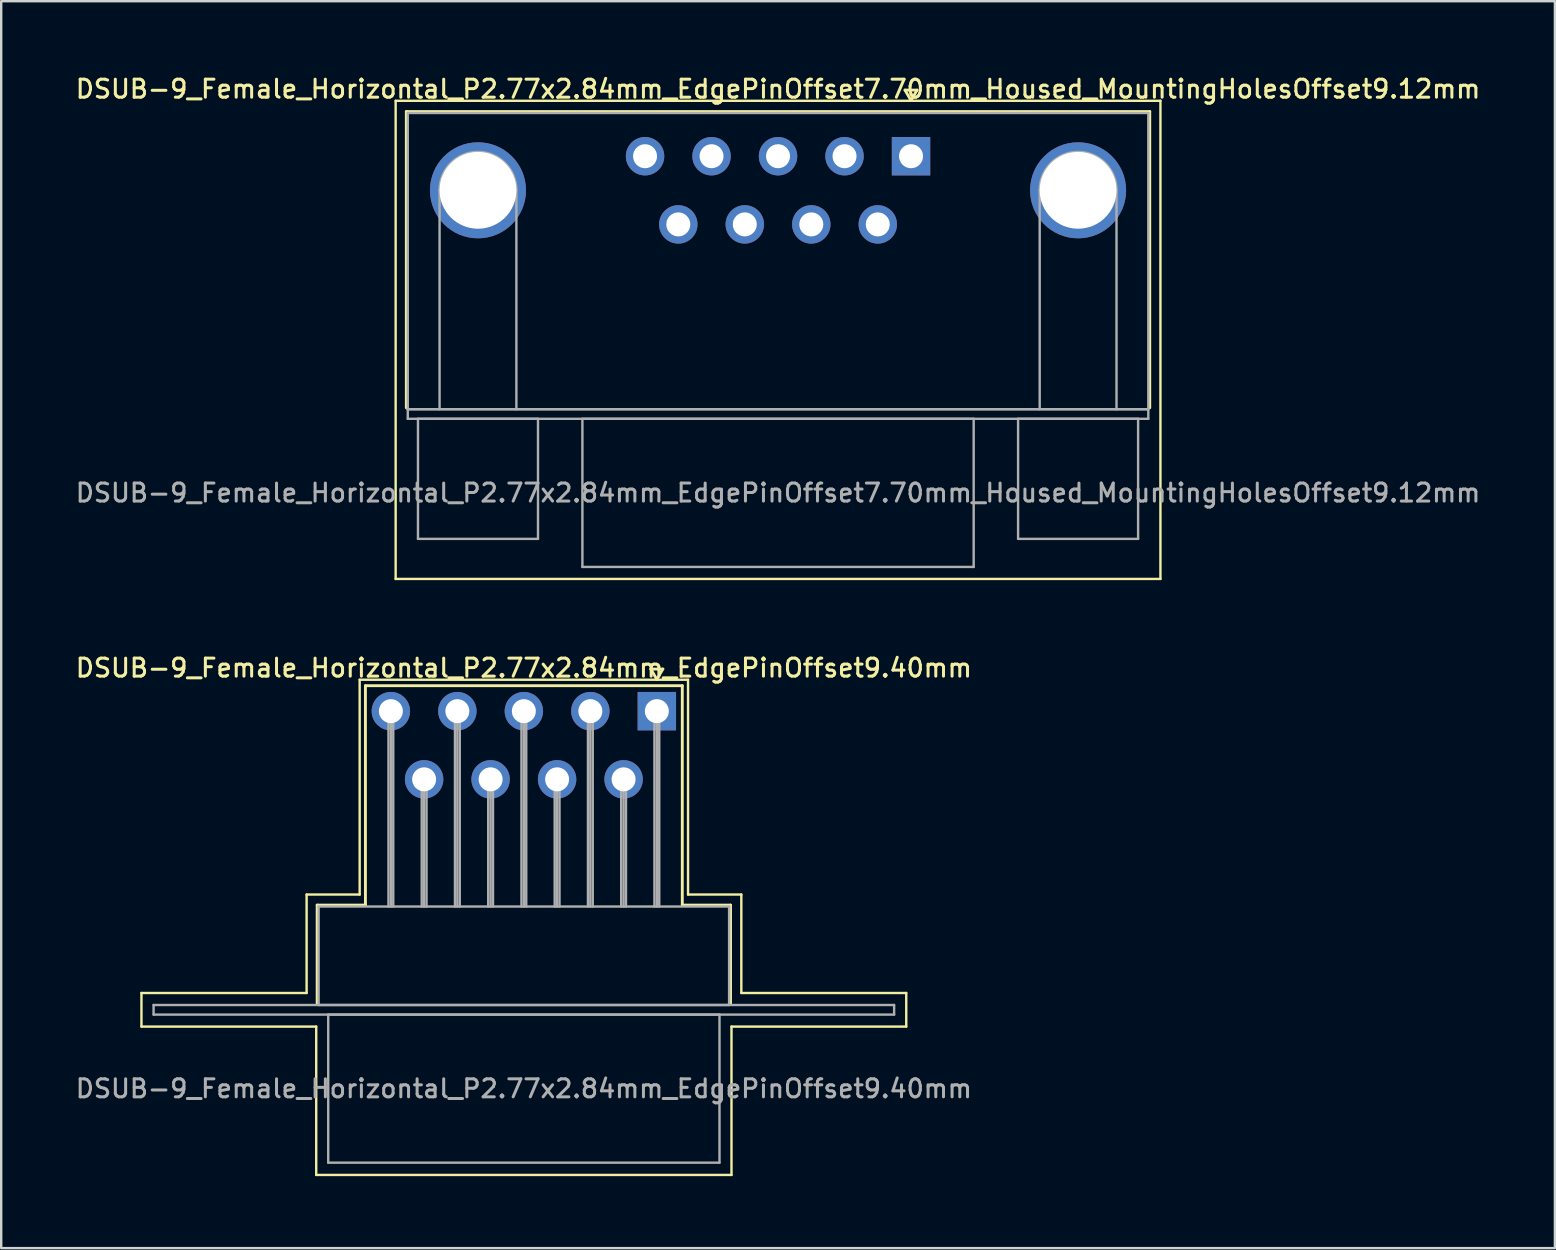
<source format=kicad_pcb>
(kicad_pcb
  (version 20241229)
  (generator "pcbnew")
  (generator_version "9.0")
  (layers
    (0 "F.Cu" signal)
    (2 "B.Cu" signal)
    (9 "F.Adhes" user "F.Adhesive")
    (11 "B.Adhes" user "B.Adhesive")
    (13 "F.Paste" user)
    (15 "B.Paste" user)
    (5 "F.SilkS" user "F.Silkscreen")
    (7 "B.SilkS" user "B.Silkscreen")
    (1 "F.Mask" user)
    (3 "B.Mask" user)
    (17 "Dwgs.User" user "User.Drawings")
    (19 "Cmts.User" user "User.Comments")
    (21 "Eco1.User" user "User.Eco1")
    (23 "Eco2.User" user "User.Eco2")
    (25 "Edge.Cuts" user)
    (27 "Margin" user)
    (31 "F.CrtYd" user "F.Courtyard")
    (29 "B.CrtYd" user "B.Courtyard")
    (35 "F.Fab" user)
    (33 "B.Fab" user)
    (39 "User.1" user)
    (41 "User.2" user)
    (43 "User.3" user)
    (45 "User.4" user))
  (footprint "DSUB-9_Female_Horizontal_P2.77x2.84mm_EdgePinOffset9.40mm"
    (layer "F.Cu")
    (at 24.313 26.576)
    (property "Reference" "DSUB-9_Female_Horizontal_P2.77x2.84mm_EdgePinOffset9.40mm" (at -5.54 -1.8 0) (layer "F.SilkS") (effects (font (size 0.75 0.75) (thickness 0.125))))
    (attr through_hole)
    (fp_line (start -21.47 11.74) (end -14.59 11.74) (stroke (width 0.1) (type solid)) (layer "F.SilkS"))
    (fp_line (start -21.47 13.14) (end -21.47 11.74) (stroke (width 0.1) (type solid)) (layer "F.SilkS"))
    (fp_line (start -14.59 7.64) (end -12.38 7.64) (stroke (width 0.1) (type solid)) (layer "F.SilkS"))
    (fp_line (start -14.59 11.74) (end -14.59 7.64) (stroke (width 0.1) (type solid)) (layer "F.SilkS"))
    (fp_line (start -14.19 13.14) (end -21.47 13.14) (stroke (width 0.1) (type solid)) (layer "F.SilkS"))
    (fp_line (start -14.19 19.32) (end -14.19 13.14) (stroke (width 0.1) (type solid)) (layer "F.SilkS"))
    (fp_line (start -14.15 8.08) (end -12.14 8.08) (stroke (width 0.12) (type solid)) (layer "F.SilkS"))
    (fp_line (start -14.15 12.18) (end -14.15 8.08) (stroke (width 0.12) (type solid)) (layer "F.SilkS"))
    (fp_line (start -12.38 -1.31) (end 1.3 -1.31) (stroke (width 0.1) (type solid)) (layer "F.SilkS"))
    (fp_line (start -12.38 7.64) (end -12.38 -1.31) (stroke (width 0.1) (type solid)) (layer "F.SilkS"))
    (fp_line (start -12.14 -1.06) (end 1.06 -1.06) (stroke (width 0.12) (type solid)) (layer "F.SilkS"))
    (fp_line (start -12.14 8.08) (end -12.14 -1.06) (stroke (width 0.12) (type solid)) (layer "F.SilkS"))
    (fp_line (start -0.25 -1.754) (end 0.25 -1.754) (stroke (width 0.12) (type solid)) (layer "F.SilkS"))
    (fp_line (start 0 -1.321) (end -0.25 -1.754) (stroke (width 0.12) (type solid)) (layer "F.SilkS"))
    (fp_line (start 0.25 -1.754) (end 0 -1.321) (stroke (width 0.12) (type solid)) (layer "F.SilkS"))
    (fp_line (start 1.06 -1.06) (end 1.06 8.08) (stroke (width 0.12) (type solid)) (layer "F.SilkS"))
    (fp_line (start 1.06 8.08) (end 3.07 8.08) (stroke (width 0.12) (type solid)) (layer "F.SilkS"))
    (fp_line (start 1.3 -1.31) (end 1.3 7.64) (stroke (width 0.1) (type solid)) (layer "F.SilkS"))
    (fp_line (start 1.3 7.64) (end 3.52 7.64) (stroke (width 0.1) (type solid)) (layer "F.SilkS"))
    (fp_line (start 3.07 8.08) (end 3.07 12.18) (stroke (width 0.12) (type solid)) (layer "F.SilkS"))
    (fp_line (start 3.11 13.14) (end 3.11 19.32) (stroke (width 0.1) (type solid)) (layer "F.SilkS"))
    (fp_line (start 3.11 19.32) (end -14.19 19.32) (stroke (width 0.1) (type solid)) (layer "F.SilkS"))
    (fp_line (start 3.52 7.64) (end 3.52 11.74) (stroke (width 0.1) (type solid)) (layer "F.SilkS"))
    (fp_line (start 3.52 11.74) (end 10.39 11.74) (stroke (width 0.1) (type solid)) (layer "F.SilkS"))
    (fp_line (start 10.39 11.74) (end 10.39 13.14) (stroke (width 0.1) (type solid)) (layer "F.SilkS"))
    (fp_line (start 10.39 13.14) (end 3.11 13.14) (stroke (width 0.1) (type solid)) (layer "F.SilkS"))
    (fp_line (start -20.965 12.24) (end -20.965 12.64) (stroke (width 0.1) (type solid)) (layer "F.Fab"))
    (fp_line (start -20.965 12.64) (end 9.885 12.64) (stroke (width 0.1) (type solid)) (layer "F.Fab"))
    (fp_line (start -14.09 8.14) (end -14.09 12.24) (stroke (width 0.1) (type solid)) (layer "F.Fab"))
    (fp_line (start -14.09 12.24) (end 3.01 12.24) (stroke (width 0.1) (type solid)) (layer "F.Fab"))
    (fp_line (start -13.69 12.64) (end -13.69 18.81) (stroke (width 0.1) (type solid)) (layer "F.Fab"))
    (fp_line (start -13.69 18.81) (end 2.61 18.81) (stroke (width 0.1) (type solid)) (layer "F.Fab"))
    (fp_line (start -11.18 0) (end -11.18 8.14) (stroke (width 0.1) (type solid)) (layer "F.Fab"))
    (fp_line (start -11.08 0) (end -11.08 8.14) (stroke (width 0.1) (type solid)) (layer "F.Fab"))
    (fp_line (start -10.98 0) (end -10.98 8.14) (stroke (width 0.1) (type solid)) (layer "F.Fab"))
    (fp_line (start -9.795 2.84) (end -9.795 8.14) (stroke (width 0.1) (type solid)) (layer "F.Fab"))
    (fp_line (start -9.695 2.84) (end -9.695 8.14) (stroke (width 0.1) (type solid)) (layer "F.Fab"))
    (fp_line (start -9.595 2.84) (end -9.595 8.14) (stroke (width 0.1) (type solid)) (layer "F.Fab"))
    (fp_line (start -8.41 0) (end -8.41 8.14) (stroke (width 0.1) (type solid)) (layer "F.Fab"))
    (fp_line (start -8.31 0) (end -8.31 8.14) (stroke (width 0.1) (type solid)) (layer "F.Fab"))
    (fp_line (start -8.21 0) (end -8.21 8.14) (stroke (width 0.1) (type solid)) (layer "F.Fab"))
    (fp_line (start -7.025 2.84) (end -7.025 8.14) (stroke (width 0.1) (type solid)) (layer "F.Fab"))
    (fp_line (start -6.925 2.84) (end -6.925 8.14) (stroke (width 0.1) (type solid)) (layer "F.Fab"))
    (fp_line (start -6.825 2.84) (end -6.825 8.14) (stroke (width 0.1) (type solid)) (layer "F.Fab"))
    (fp_line (start -5.64 0) (end -5.64 8.14) (stroke (width 0.1) (type solid)) (layer "F.Fab"))
    (fp_line (start -5.54 0) (end -5.54 8.14) (stroke (width 0.1) (type solid)) (layer "F.Fab"))
    (fp_line (start -5.44 0) (end -5.44 8.14) (stroke (width 0.1) (type solid)) (layer "F.Fab"))
    (fp_line (start -4.255 2.84) (end -4.255 8.14) (stroke (width 0.1) (type solid)) (layer "F.Fab"))
    (fp_line (start -4.155 2.84) (end -4.155 8.14) (stroke (width 0.1) (type solid)) (layer "F.Fab"))
    (fp_line (start -4.055 2.84) (end -4.055 8.14) (stroke (width 0.1) (type solid)) (layer "F.Fab"))
    (fp_line (start -2.87 0) (end -2.87 8.14) (stroke (width 0.1) (type solid)) (layer "F.Fab"))
    (fp_line (start -2.77 0) (end -2.77 8.14) (stroke (width 0.1) (type solid)) (layer "F.Fab"))
    (fp_line (start -2.67 0) (end -2.67 8.14) (stroke (width 0.1) (type solid)) (layer "F.Fab"))
    (fp_line (start -1.485 2.84) (end -1.485 8.14) (stroke (width 0.1) (type solid)) (layer "F.Fab"))
    (fp_line (start -1.385 2.84) (end -1.385 8.14) (stroke (width 0.1) (type solid)) (layer "F.Fab"))
    (fp_line (start -1.285 2.84) (end -1.285 8.14) (stroke (width 0.1) (type solid)) (layer "F.Fab"))
    (fp_line (start -0.1 0) (end -0.1 8.14) (stroke (width 0.1) (type solid)) (layer "F.Fab"))
    (fp_line (start 0 0) (end 0 8.14) (stroke (width 0.1) (type solid)) (layer "F.Fab"))
    (fp_line (start 0.1 0) (end 0.1 8.14) (stroke (width 0.1) (type solid)) (layer "F.Fab"))
    (fp_line (start 2.61 12.64) (end -13.69 12.64) (stroke (width 0.1) (type solid)) (layer "F.Fab"))
    (fp_line (start 2.61 18.81) (end 2.61 12.64) (stroke (width 0.1) (type solid)) (layer "F.Fab"))
    (fp_line (start 3.01 8.14) (end -14.09 8.14) (stroke (width 0.1) (type solid)) (layer "F.Fab"))
    (fp_line (start 3.01 12.24) (end 3.01 8.14) (stroke (width 0.1) (type solid)) (layer "F.Fab"))
    (fp_line (start 9.885 12.24) (end -20.965 12.24) (stroke (width 0.1) (type solid)) (layer "F.Fab"))
    (fp_line (start 9.885 12.64) (end 9.885 12.24) (stroke (width 0.1) (type solid)) (layer "F.Fab"))
    (fp_text user "${REFERENCE}" (at -5.54 15.725 0) (layer "F.Fab") (effects (font (size 0.75 0.75) (thickness 0.125))))
    (pad "1" thru_hole rect (at 0 0) (size 1.6 1.6) (drill 1) (layers "*.Cu" "*.Mask"))
    (pad "2" thru_hole circle (at -2.77 0) (size 1.6 1.6) (drill 1) (layers "*.Cu" "*.Mask"))
    (pad "3" thru_hole circle (at -5.54 0) (size 1.6 1.6) (drill 1) (layers "*.Cu" "*.Mask"))
    (pad "4" thru_hole circle (at -8.31 0) (size 1.6 1.6) (drill 1) (layers "*.Cu" "*.Mask"))
    (pad "5" thru_hole circle (at -11.08 0) (size 1.6 1.6) (drill 1) (layers "*.Cu" "*.Mask"))
    (pad "6" thru_hole circle (at -1.385 2.84) (size 1.6 1.6) (drill 1) (layers "*.Cu" "*.Mask"))
    (pad "7" thru_hole circle (at -4.155 2.84) (size 1.6 1.6) (drill 1) (layers "*.Cu" "*.Mask"))
    (pad "8" thru_hole circle (at -6.925 2.84) (size 1.6 1.6) (drill 1) (layers "*.Cu" "*.Mask"))
    (pad "9" thru_hole circle (at -9.695 2.84) (size 1.6 1.6) (drill 1) (layers "*.Cu" "*.Mask")))
  (footprint "DSUB-9_Female_Horizontal_P2.77x2.84mm_EdgePinOffset7.70mm_Housed_MountingHolesOffset9.12mm"
    (layer "F.Cu")
    (at 34.902 3.458)
    (property "Reference" "DSUB-9_Female_Horizontal_P2.77x2.84mm_EdgePinOffset7.70mm_Housed_MountingHolesOffset9.12mm" (at -5.54 -2.8 0) (layer "F.SilkS") (effects (font (size 0.75 0.75) (thickness 0.125))))
    (attr through_hole)
    (fp_line (start -21.47 -2.31) (end -21.47 17.61) (stroke (width 0.1) (type solid)) (layer "F.SilkS"))
    (fp_line (start -21.47 17.61) (end 10.39 17.61) (stroke (width 0.1) (type solid)) (layer "F.SilkS"))
    (fp_line (start -21.025 -1.86) (end 9.945 -1.86) (stroke (width 0.12) (type solid)) (layer "F.SilkS"))
    (fp_line (start -21.025 10.48) (end -21.025 -1.86) (stroke (width 0.12) (type solid)) (layer "F.SilkS"))
    (fp_line (start -0.25 -2.754) (end 0.25 -2.754) (stroke (width 0.12) (type solid)) (layer "F.SilkS"))
    (fp_line (start 0 -2.321) (end -0.25 -2.754) (stroke (width 0.12) (type solid)) (layer "F.SilkS"))
    (fp_line (start 0.25 -2.754) (end 0 -2.321) (stroke (width 0.12) (type solid)) (layer "F.SilkS"))
    (fp_line (start 9.945 -1.86) (end 9.945 10.48) (stroke (width 0.12) (type solid)) (layer "F.SilkS"))
    (fp_line (start 10.39 -2.31) (end -21.47 -2.31) (stroke (width 0.1) (type solid)) (layer "F.SilkS"))
    (fp_line (start 10.39 17.61) (end 10.39 -2.31) (stroke (width 0.1) (type solid)) (layer "F.SilkS"))
    (fp_line (start -20.965 -1.8) (end -20.965 10.54) (stroke (width 0.1) (type solid)) (layer "F.Fab"))
    (fp_line (start -20.965 10.54) (end -20.965 10.94) (stroke (width 0.1) (type solid)) (layer "F.Fab"))
    (fp_line (start -20.965 10.54) (end 9.885 10.54) (stroke (width 0.1) (type solid)) (layer "F.Fab"))
    (fp_line (start -20.965 10.94) (end 9.885 10.94) (stroke (width 0.1) (type solid)) (layer "F.Fab"))
    (fp_line (start -20.54 10.94) (end -20.54 15.94) (stroke (width 0.1) (type solid)) (layer "F.Fab"))
    (fp_line (start -20.54 15.94) (end -15.54 15.94) (stroke (width 0.1) (type solid)) (layer "F.Fab"))
    (fp_line (start -19.64 10.54) (end -19.64 1.42) (stroke (width 0.1) (type solid)) (layer "F.Fab"))
    (fp_line (start -16.44 10.54) (end -16.44 1.42) (stroke (width 0.1) (type solid)) (layer "F.Fab"))
    (fp_line (start -15.54 10.94) (end -20.54 10.94) (stroke (width 0.1) (type solid)) (layer "F.Fab"))
    (fp_line (start -15.54 15.94) (end -15.54 10.94) (stroke (width 0.1) (type solid)) (layer "F.Fab"))
    (fp_line (start -13.69 10.94) (end -13.69 17.11) (stroke (width 0.1) (type solid)) (layer "F.Fab"))
    (fp_line (start -13.69 17.11) (end 2.61 17.11) (stroke (width 0.1) (type solid)) (layer "F.Fab"))
    (fp_line (start 2.61 10.94) (end -13.69 10.94) (stroke (width 0.1) (type solid)) (layer "F.Fab"))
    (fp_line (start 2.61 17.11) (end 2.61 10.94) (stroke (width 0.1) (type solid)) (layer "F.Fab"))
    (fp_line (start 4.46 10.94) (end 4.46 15.94) (stroke (width 0.1) (type solid)) (layer "F.Fab"))
    (fp_line (start 4.46 15.94) (end 9.46 15.94) (stroke (width 0.1) (type solid)) (layer "F.Fab"))
    (fp_line (start 5.36 10.54) (end 5.36 1.42) (stroke (width 0.1) (type solid)) (layer "F.Fab"))
    (fp_line (start 8.56 10.54) (end 8.56 1.42) (stroke (width 0.1) (type solid)) (layer "F.Fab"))
    (fp_line (start 9.46 10.94) (end 4.46 10.94) (stroke (width 0.1) (type solid)) (layer "F.Fab"))
    (fp_line (start 9.46 15.94) (end 9.46 10.94) (stroke (width 0.1) (type solid)) (layer "F.Fab"))
    (fp_line (start 9.885 -1.8) (end -20.965 -1.8) (stroke (width 0.1) (type solid)) (layer "F.Fab"))
    (fp_line (start 9.885 10.54) (end -20.965 10.54) (stroke (width 0.1) (type solid)) (layer "F.Fab"))
    (fp_line (start 9.885 10.54) (end 9.885 -1.8) (stroke (width 0.1) (type solid)) (layer "F.Fab"))
    (fp_line (start 9.885 10.94) (end 9.885 10.54) (stroke (width 0.1) (type solid)) (layer "F.Fab"))
    (fp_arc (start -19.64 1.42) (mid -18.04 -0.18) (end -16.44 1.42) (stroke (width 0.1) (type solid)) (layer "F.Fab"))
    (fp_arc (start 5.36 1.42) (mid 6.96 -0.18) (end 8.56 1.42) (stroke (width 0.1) (type solid)) (layer "F.Fab"))
    (fp_text user "${REFERENCE}" (at -5.54 14.025 0) (layer "F.Fab") (effects (font (size 0.75 0.75) (thickness 0.125))))
    (pad "0" thru_hole circle (at -18.04 1.42) (size 4 4) (drill 3.2) (layers "*.Cu" "*.Mask"))
    (pad "0" thru_hole circle (at 6.96 1.42) (size 4 4) (drill 3.2) (layers "*.Cu" "*.Mask"))
    (pad "1" thru_hole rect (at 0 0) (size 1.6 1.6) (drill 1) (layers "*.Cu" "*.Mask"))
    (pad "2" thru_hole circle (at -2.77 0) (size 1.6 1.6) (drill 1) (layers "*.Cu" "*.Mask"))
    (pad "3" thru_hole circle (at -5.54 0) (size 1.6 1.6) (drill 1) (layers "*.Cu" "*.Mask"))
    (pad "4" thru_hole circle (at -8.31 0) (size 1.6 1.6) (drill 1) (layers "*.Cu" "*.Mask"))
    (pad "5" thru_hole circle (at -11.08 0) (size 1.6 1.6) (drill 1) (layers "*.Cu" "*.Mask"))
    (pad "6" thru_hole circle (at -1.385 2.84) (size 1.6 1.6) (drill 1) (layers "*.Cu" "*.Mask"))
    (pad "7" thru_hole circle (at -4.155 2.84) (size 1.6 1.6) (drill 1) (layers "*.Cu" "*.Mask"))
    (pad "8" thru_hole circle (at -6.925 2.84) (size 1.6 1.6) (drill 1) (layers "*.Cu" "*.Mask"))
    (pad "9" thru_hole circle (at -9.695 2.84) (size 1.6 1.6) (drill 1) (layers "*.Cu" "*.Mask")))
  (gr_rect
    (start -3 -3)
    (end 61.725 48.946)
    (stroke (width 0.1) (type default))
    (fill no)
    (layer "Edge.Cuts")))
</source>
